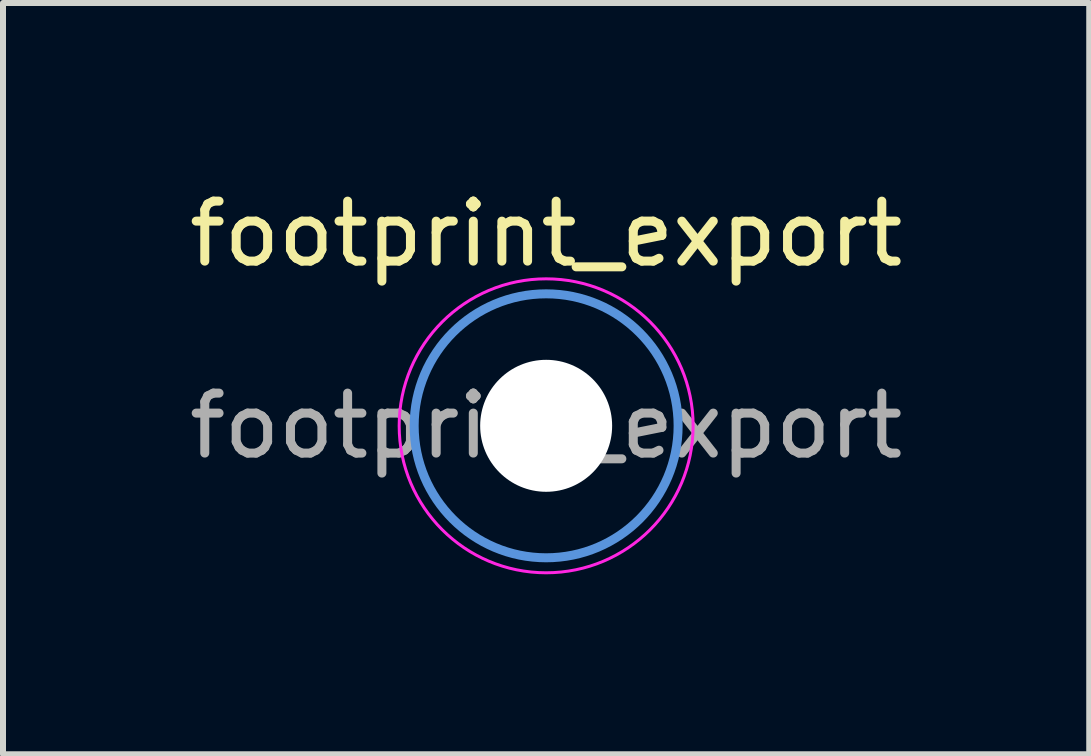
<source format=kicad_pcb>
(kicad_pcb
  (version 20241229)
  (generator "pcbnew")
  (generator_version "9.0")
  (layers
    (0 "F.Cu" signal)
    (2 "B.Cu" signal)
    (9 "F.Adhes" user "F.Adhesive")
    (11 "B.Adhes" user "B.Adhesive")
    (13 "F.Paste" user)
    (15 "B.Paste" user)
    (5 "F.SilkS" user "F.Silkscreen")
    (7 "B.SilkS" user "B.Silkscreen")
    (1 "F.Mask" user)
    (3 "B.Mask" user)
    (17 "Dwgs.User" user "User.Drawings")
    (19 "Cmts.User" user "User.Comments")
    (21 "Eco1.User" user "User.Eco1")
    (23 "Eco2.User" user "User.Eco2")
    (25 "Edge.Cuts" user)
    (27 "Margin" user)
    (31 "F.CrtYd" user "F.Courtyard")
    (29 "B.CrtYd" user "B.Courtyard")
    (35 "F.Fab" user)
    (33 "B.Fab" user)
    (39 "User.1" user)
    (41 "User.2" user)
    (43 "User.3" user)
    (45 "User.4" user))
  (footprint "footprint_export"
    (layer "F.Cu")
    (at 6.054 4.048)
    (property "Reference" "footprint_export" (at 0 -3.2 0) (layer "F.SilkS") (effects (font (size 1 1) (thickness 0.15))))
    (attr exclude_from_pos_files exclude_from_bom)
    (fp_circle (center 0 0) (end 2.2 0) (stroke (width 0.15) (type solid)) (fill no) (layer "Cmts.User"))
    (fp_circle (center 0 0) (end 2.45 0) (stroke (width 0.05) (type solid)) (fill no) (layer "F.CrtYd"))
    (fp_text user "${REFERENCE}" (at 0 0 0) (layer "F.Fab") (effects (font (size 1 1) (thickness 0.15))))
    (pad "" np_thru_hole circle (at 0 0) (size 2.2 2.2) (drill 2.2) (layers "*.Cu" "*.Mask")))
  (gr_rect
    (start -3 -3)
    (end 15.107 9.523)
    (stroke (width 0.1) (type default))
    (fill no)
    (layer "Edge.Cuts")))
</source>
